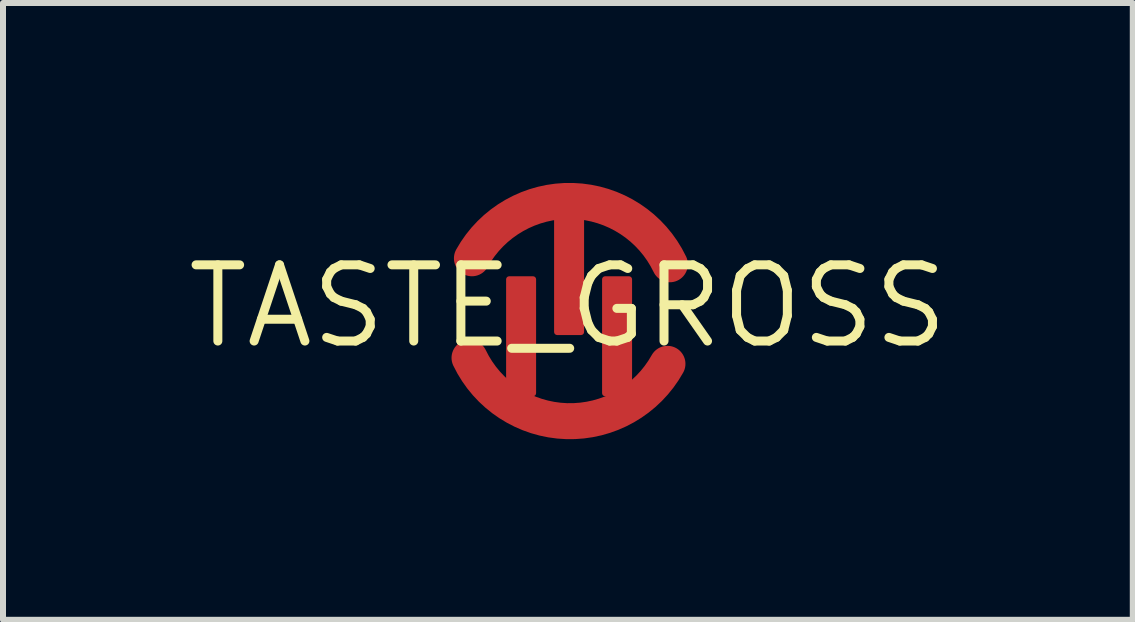
<source format=kicad_pcb>
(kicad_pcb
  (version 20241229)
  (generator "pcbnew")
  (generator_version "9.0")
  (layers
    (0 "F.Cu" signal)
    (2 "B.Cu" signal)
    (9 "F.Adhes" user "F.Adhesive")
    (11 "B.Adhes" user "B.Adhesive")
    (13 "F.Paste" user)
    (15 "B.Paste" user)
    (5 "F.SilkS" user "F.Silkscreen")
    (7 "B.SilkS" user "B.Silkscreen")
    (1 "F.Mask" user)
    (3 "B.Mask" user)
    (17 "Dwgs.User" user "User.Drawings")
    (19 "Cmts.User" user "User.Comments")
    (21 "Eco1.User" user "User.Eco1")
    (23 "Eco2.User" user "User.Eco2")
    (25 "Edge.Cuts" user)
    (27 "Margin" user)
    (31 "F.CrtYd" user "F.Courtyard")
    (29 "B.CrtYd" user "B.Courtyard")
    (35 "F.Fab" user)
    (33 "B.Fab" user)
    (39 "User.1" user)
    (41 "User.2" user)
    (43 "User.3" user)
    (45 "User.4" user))
  (footprint "TASTE_GROSS"
    (layer "F.Cu")
    (at 6.418 2.056)
    (property "Reference" "TASTE_GROSS" (at 0 0 0) (layer "F.SilkS") (effects (font (size 1.27 1.27) (thickness 0.15))))
    (fp_arc (start -1.6 -0.8) (mid 0.080471 -1.755595) (end 1.699998 -0.700001) (stroke (width 0.6) (type solid)) (layer "F.Cu"))
    (fp_arc (start 1.66 0.96) (mid -0.020473 1.915595) (end -1.640001 0.86) (stroke (width 0.6) (type solid)) (layer "F.Cu"))
    (fp_arc (start -1.6 -0.8) (mid 0.080471 -1.755595) (end 1.699998 -0.700001) (stroke (width 0.6) (type solid)) (layer "F.Mask"))
    (fp_arc (start 1.66 0.97) (mid -0.020473 1.925595) (end -1.640001 0.87) (stroke (width 0.6) (type solid)) (layer "F.Mask"))
    (pad "P$1" smd roundrect (at 0.02 -0.52 90) (size 2 0.5) (layers "F.Cu" "F.Mask" "F.Paste") (roundrect_rratio 0.102))
    (pad "P$2" smd roundrect (at -0.78 0.5 90) (size 2 0.5) (layers "F.Cu" "F.Mask" "F.Paste") (roundrect_rratio 0.102))
    (pad "P$3" smd roundrect (at 0.82 0.5 90) (size 2 0.5) (layers "F.Cu" "F.Mask" "F.Paste") (roundrect_rratio 0.102)))
  (gr_rect
    (start -3 -3)
    (end 15.836 7.283)
    (stroke (width 0.1) (type default))
    (fill no)
    (layer "Edge.Cuts")))
</source>
